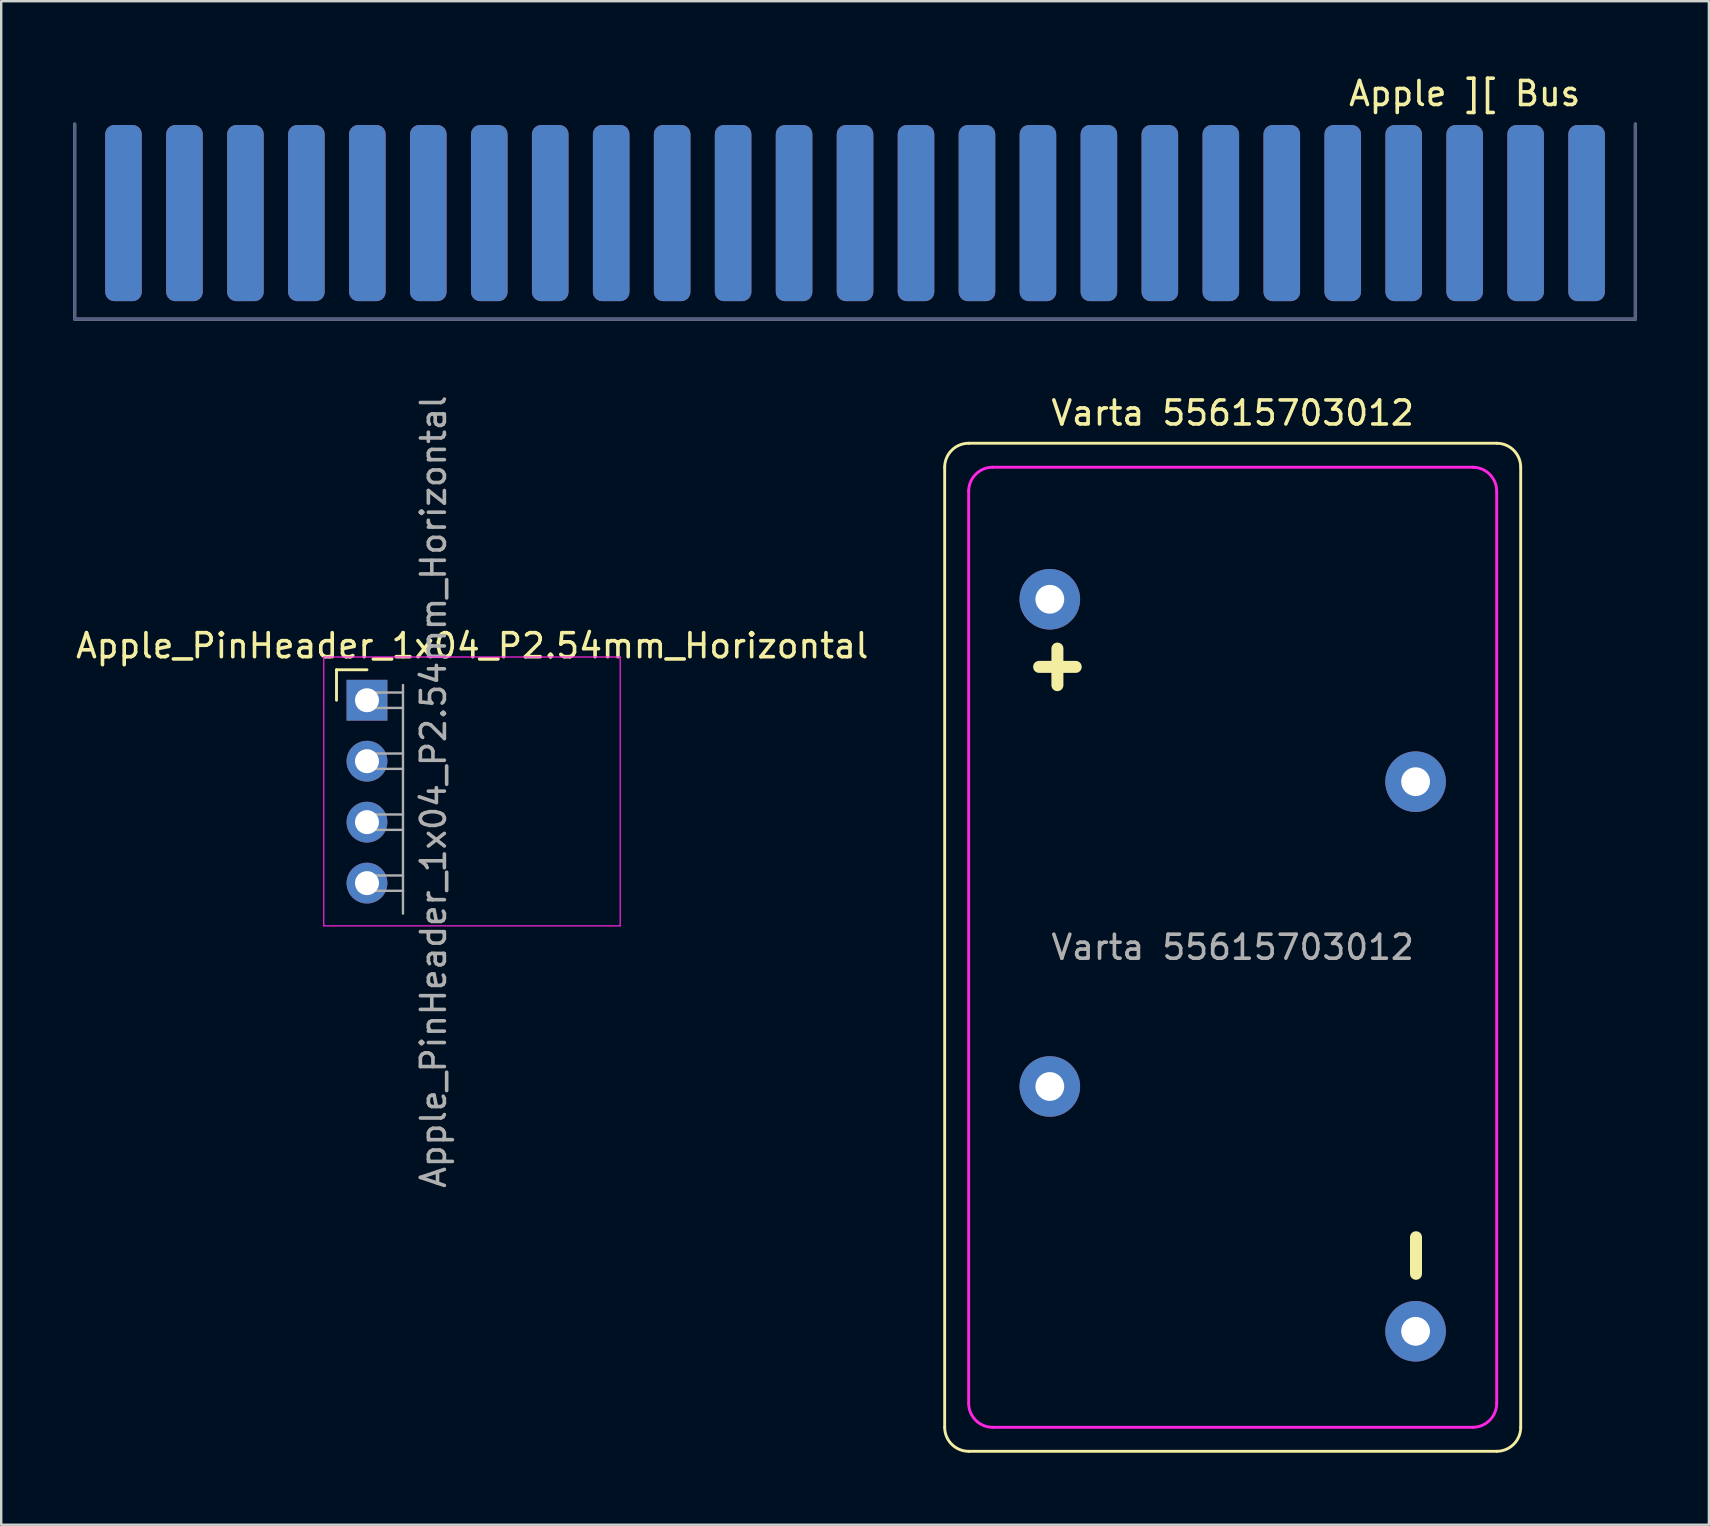
<source format=kicad_pcb>
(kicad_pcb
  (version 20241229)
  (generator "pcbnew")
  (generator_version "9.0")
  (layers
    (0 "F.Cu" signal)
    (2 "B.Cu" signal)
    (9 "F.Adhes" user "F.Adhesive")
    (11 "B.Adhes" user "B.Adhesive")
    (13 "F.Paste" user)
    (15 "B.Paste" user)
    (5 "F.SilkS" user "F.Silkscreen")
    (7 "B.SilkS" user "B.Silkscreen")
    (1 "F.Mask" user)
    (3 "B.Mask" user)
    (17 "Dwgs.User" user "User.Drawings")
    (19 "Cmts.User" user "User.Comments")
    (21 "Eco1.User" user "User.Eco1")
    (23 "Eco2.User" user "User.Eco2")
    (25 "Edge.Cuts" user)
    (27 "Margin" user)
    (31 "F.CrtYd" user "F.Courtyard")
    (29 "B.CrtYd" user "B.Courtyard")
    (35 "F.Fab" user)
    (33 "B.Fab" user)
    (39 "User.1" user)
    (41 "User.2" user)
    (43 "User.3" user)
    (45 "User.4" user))
  (footprint "Apple ][ Bus"
    (layer "F.Cu")
    (at 32.575 5.928)
    (property "Reference" "Apple ][ Bus" (at 25.4 -5.08 0) (layer "F.SilkS") (effects (font (size 1 1) (thickness 0.15))))
    (attr exclude_from_pos_files)
    (fp_line (start -32.512 4.318) (end -32.512 -3.81) (stroke (width 0.127) (type solid)) (layer "B.Fab"))
    (fp_line (start 32.512 -3.81) (end 32.512 4.318) (stroke (width 0.127) (type solid)) (layer "B.Fab"))
    (fp_line (start 32.512 4.318) (end -32.512 4.318) (stroke (width 0.127) (type solid)) (layer "B.Fab"))
    (fp_line (start -32.512 4.318) (end -32.512 -3.81) (stroke (width 0.127) (type solid)) (layer "F.Fab"))
    (fp_line (start 32.512 -3.81) (end 32.512 4.318) (stroke (width 0.127) (type solid)) (layer "F.Fab"))
    (fp_line (start 32.512 4.318) (end -32.512 4.318) (stroke (width 0.127) (type solid)) (layer "F.Fab"))
    (pad "1" smd roundrect (at -30.48 -0.1 180) (size 1.524 7.34) (layers "F.Cu" "F.Mask") (roundrect_rratio 0.25))
    (pad "2" smd roundrect (at -27.94 -0.1 180) (size 1.524 7.34) (layers "F.Cu" "F.Mask") (roundrect_rratio 0.25))
    (pad "3" smd roundrect (at -25.4 -0.1 180) (size 1.524 7.34) (layers "F.Cu" "F.Mask") (roundrect_rratio 0.25))
    (pad "4" smd roundrect (at -22.86 -0.1 180) (size 1.524 7.34) (layers "F.Cu" "F.Mask") (roundrect_rratio 0.25))
    (pad "5" smd roundrect (at -20.32 -0.1 180) (size 1.524 7.34) (layers "F.Cu" "F.Mask") (roundrect_rratio 0.25))
    (pad "6" smd roundrect (at -17.78 -0.1 180) (size 1.524 7.34) (layers "F.Cu" "F.Mask") (roundrect_rratio 0.25))
    (pad "7" smd roundrect (at -15.24 -0.1 180) (size 1.524 7.34) (layers "F.Cu" "F.Mask") (roundrect_rratio 0.25))
    (pad "8" smd roundrect (at -12.7 -0.1 180) (size 1.524 7.34) (layers "F.Cu" "F.Mask") (roundrect_rratio 0.25))
    (pad "9" smd roundrect (at -10.16 -0.1 180) (size 1.524 7.34) (layers "F.Cu" "F.Mask") (roundrect_rratio 0.25))
    (pad "10" smd roundrect (at -7.62 -0.1 180) (size 1.524 7.34) (layers "F.Cu" "F.Mask") (roundrect_rratio 0.25))
    (pad "11" smd roundrect (at -5.08 -0.1 180) (size 1.524 7.34) (layers "F.Cu" "F.Mask") (roundrect_rratio 0.25))
    (pad "12" smd roundrect (at -2.54 -0.1 180) (size 1.524 7.34) (layers "F.Cu" "F.Mask") (roundrect_rratio 0.25))
    (pad "13" smd roundrect (at 0 -0.1 180) (size 1.524 7.34) (layers "F.Cu" "F.Mask") (roundrect_rratio 0.25))
    (pad "14" smd roundrect (at 2.54 -0.1 180) (size 1.524 7.34) (layers "F.Cu" "F.Mask") (roundrect_rratio 0.25))
    (pad "15" smd roundrect (at 5.08 -0.1 180) (size 1.524 7.34) (layers "F.Cu" "F.Mask") (roundrect_rratio 0.25))
    (pad "16" smd roundrect (at 7.62 -0.1 180) (size 1.524 7.34) (layers "F.Cu" "F.Mask") (roundrect_rratio 0.25))
    (pad "17" smd roundrect (at 10.16 -0.1 180) (size 1.524 7.34) (layers "F.Cu" "F.Mask") (roundrect_rratio 0.25))
    (pad "18" smd roundrect (at 12.7 -0.1 180) (size 1.524 7.34) (layers "F.Cu" "F.Mask") (roundrect_rratio 0.25))
    (pad "19" smd roundrect (at 15.24 -0.1 180) (size 1.524 7.34) (layers "F.Cu" "F.Mask") (roundrect_rratio 0.25))
    (pad "20" smd roundrect (at 17.78 -0.1 180) (size 1.524 7.34) (layers "F.Cu" "F.Mask") (roundrect_rratio 0.25))
    (pad "21" smd roundrect (at 20.32 -0.1 180) (size 1.524 7.34) (layers "F.Cu" "F.Mask") (roundrect_rratio 0.25))
    (pad "22" smd roundrect (at 22.86 -0.1 180) (size 1.524 7.34) (layers "F.Cu" "F.Mask") (roundrect_rratio 0.25))
    (pad "23" smd roundrect (at 25.4 -0.1 180) (size 1.524 7.34) (layers "F.Cu" "F.Mask") (roundrect_rratio 0.25))
    (pad "24" smd roundrect (at 27.94 -0.1 180) (size 1.524 7.34) (layers "F.Cu" "F.Mask") (roundrect_rratio 0.25))
    (pad "25" smd roundrect (at 30.48 -0.1 180) (size 1.524 7.34) (layers "F.Cu" "F.Mask") (roundrect_rratio 0.25))
    (pad "26" smd roundrect (at 30.48 -0.1 180) (size 1.524 7.34) (layers "B.Cu" "B.Mask") (roundrect_rratio 0.25))
    (pad "27" smd roundrect (at 27.94 -0.1 180) (size 1.524 7.34) (layers "B.Cu" "B.Mask") (roundrect_rratio 0.25))
    (pad "28" smd roundrect (at 25.4 -0.1 180) (size 1.524 7.34) (layers "B.Cu" "B.Mask") (roundrect_rratio 0.25))
    (pad "29" smd roundrect (at 22.86 -0.1 180) (size 1.524 7.34) (layers "B.Cu" "B.Mask") (roundrect_rratio 0.25))
    (pad "30" smd roundrect (at 20.32 -0.1 180) (size 1.524 7.34) (layers "B.Cu" "B.Mask") (roundrect_rratio 0.25))
    (pad "31" smd roundrect (at 17.78 -0.1 180) (size 1.524 7.34) (layers "B.Cu" "B.Mask") (roundrect_rratio 0.25))
    (pad "32" smd roundrect (at 15.24 -0.1 180) (size 1.524 7.34) (layers "B.Cu" "B.Mask") (roundrect_rratio 0.25))
    (pad "33" smd roundrect (at 12.7 -0.1 180) (size 1.524 7.34) (layers "B.Cu" "B.Mask") (roundrect_rratio 0.25))
    (pad "34" smd roundrect (at 10.16 -0.1 180) (size 1.524 7.34) (layers "B.Cu" "B.Mask") (roundrect_rratio 0.25))
    (pad "35" smd roundrect (at 7.62 -0.1 180) (size 1.524 7.34) (layers "B.Cu" "B.Mask") (roundrect_rratio 0.25))
    (pad "36" smd roundrect (at 5.08 -0.1 180) (size 1.524 7.34) (layers "B.Cu" "B.Mask") (roundrect_rratio 0.25))
    (pad "37" smd roundrect (at 2.54 -0.1 180) (size 1.524 7.34) (layers "B.Cu" "B.Mask") (roundrect_rratio 0.25))
    (pad "38" smd roundrect (at 0 -0.1 180) (size 1.524 7.34) (layers "B.Cu" "B.Mask") (roundrect_rratio 0.25))
    (pad "39" smd roundrect (at -2.54 -0.1 180) (size 1.524 7.34) (layers "B.Cu" "B.Mask") (roundrect_rratio 0.25))
    (pad "40" smd roundrect (at -5.08 -0.1 180) (size 1.524 7.34) (layers "B.Cu" "B.Mask") (roundrect_rratio 0.25))
    (pad "41" smd roundrect (at -7.62 -0.1 180) (size 1.524 7.34) (layers "B.Cu" "B.Mask") (roundrect_rratio 0.25))
    (pad "42" smd roundrect (at -10.16 -0.1 180) (size 1.524 7.34) (layers "B.Cu" "B.Mask") (roundrect_rratio 0.25))
    (pad "43" smd roundrect (at -12.7 -0.1 180) (size 1.524 7.34) (layers "B.Cu" "B.Mask") (roundrect_rratio 0.25))
    (pad "44" smd roundrect (at -15.24 -0.1 180) (size 1.524 7.34) (layers "B.Cu" "B.Mask") (roundrect_rratio 0.25))
    (pad "45" smd roundrect (at -17.78 -0.1 180) (size 1.524 7.34) (layers "B.Cu" "B.Mask") (roundrect_rratio 0.25))
    (pad "46" smd roundrect (at -20.32 -0.1 180) (size 1.524 7.34) (layers "B.Cu" "B.Mask") (roundrect_rratio 0.25))
    (pad "47" smd roundrect (at -22.86 -0.1 180) (size 1.524 7.34) (layers "B.Cu" "B.Mask") (roundrect_rratio 0.25))
    (pad "48" smd roundrect (at -25.4 -0.1 180) (size 1.524 7.34) (layers "B.Cu" "B.Mask") (roundrect_rratio 0.25))
    (pad "49" smd roundrect (at -27.94 -0.1 180) (size 1.524 7.34) (layers "B.Cu" "B.Mask") (roundrect_rratio 0.25))
    (pad "50" smd roundrect (at -30.48 -0.1 180) (size 1.524 7.34) (layers "B.Cu" "B.Mask") (roundrect_rratio 0.25)))
  (footprint "Apple_PinHeader_1x04_P2.54mm_Horizontal"
    (layer "F.Cu")
    (at 12.24 26.125)
    (property "Reference" "Apple_PinHeader_1x04_P2.54mm_Horizontal" (at 4.385 -2.27 0) (layer "F.SilkS") (effects (font (size 1 1) (thickness 0.15))))
    (attr through_hole)
    (fp_line (start -1.27 -1.27) (end 0 -1.27) (stroke (width 0.12) (type solid)) (layer "F.SilkS"))
    (fp_line (start -1.27 0) (end -1.27 -1.27) (stroke (width 0.12) (type solid)) (layer "F.SilkS"))
    (fp_line (start -1.8 -1.8) (end -1.8 9.4) (stroke (width 0.05) (type solid)) (layer "F.CrtYd"))
    (fp_line (start -1.8 9.4) (end 10.55 9.4) (stroke (width 0.05) (type solid)) (layer "F.CrtYd"))
    (fp_line (start 10.55 -1.8) (end -1.8 -1.8) (stroke (width 0.05) (type solid)) (layer "F.CrtYd"))
    (fp_line (start 10.55 9.4) (end 10.55 -1.8) (stroke (width 0.05) (type solid)) (layer "F.CrtYd"))
    (fp_line (start -0.32 -0.32) (end -0.32 0.32) (stroke (width 0.1) (type solid)) (layer "F.Fab"))
    (fp_line (start -0.32 -0.32) (end 1.5 -0.32) (stroke (width 0.1) (type solid)) (layer "F.Fab"))
    (fp_line (start -0.32 0.32) (end 1.5 0.32) (stroke (width 0.1) (type solid)) (layer "F.Fab"))
    (fp_line (start -0.32 2.22) (end -0.32 2.86) (stroke (width 0.1) (type solid)) (layer "F.Fab"))
    (fp_line (start -0.32 2.22) (end 1.5 2.22) (stroke (width 0.1) (type solid)) (layer "F.Fab"))
    (fp_line (start -0.32 2.86) (end 1.5 2.86) (stroke (width 0.1) (type solid)) (layer "F.Fab"))
    (fp_line (start -0.32 4.76) (end -0.32 5.4) (stroke (width 0.1) (type solid)) (layer "F.Fab"))
    (fp_line (start -0.32 4.76) (end 1.5 4.76) (stroke (width 0.1) (type solid)) (layer "F.Fab"))
    (fp_line (start -0.32 5.4) (end 1.5 5.4) (stroke (width 0.1) (type solid)) (layer "F.Fab"))
    (fp_line (start -0.32 7.3) (end -0.32 7.94) (stroke (width 0.1) (type solid)) (layer "F.Fab"))
    (fp_line (start -0.32 7.3) (end 1.5 7.3) (stroke (width 0.1) (type solid)) (layer "F.Fab"))
    (fp_line (start -0.32 7.94) (end 1.5 7.94) (stroke (width 0.1) (type solid)) (layer "F.Fab"))
    (fp_line (start 1.5 8.89) (end 1.5 -0.635) (stroke (width 0.1) (type solid)) (layer "F.Fab"))
    (fp_text user "${REFERENCE}" (at 2.77 3.81 90) (layer "F.Fab") (effects (font (size 1 1) (thickness 0.15))))
    (pad "1" thru_hole rect (at 0 0) (size 1.7 1.7) (drill 1) (layers "*.Cu" "*.Mask"))
    (pad "2" thru_hole oval (at 0 2.54) (size 1.7 1.7) (drill 1) (layers "*.Cu" "*.Mask"))
    (pad "3" thru_hole oval (at 0 5.08) (size 1.7 1.7) (drill 1) (layers "*.Cu" "*.Mask"))
    (pad "4" thru_hole oval (at 0 7.62) (size 1.7 1.7) (drill 1) (layers "*.Cu" "*.Mask")))
  (footprint "Varta 55615703012"
    (layer "F.Cu")
    (at 48.31 36.418)
    (property "Reference" "Varta 55615703012" (at 0 -22.26 0) (unlocked yes) (layer "F.SilkS") (effects (font (size 1 1) (thickness 0.15))))
    (attr through_hole)
    (fp_line (start -12 20) (end -12 -20) (stroke (width 0.12) (type default)) (layer "F.SilkS"))
    (fp_line (start -11 -21) (end 11 -21) (stroke (width 0.12) (type default)) (layer "F.SilkS"))
    (fp_line (start 11 21) (end -11 21) (stroke (width 0.12) (type default)) (layer "F.SilkS"))
    (fp_line (start 12 -20) (end 12 20) (stroke (width 0.12) (type default)) (layer "F.SilkS"))
    (fp_arc (start -12 -20) (mid -11.707107 -20.707107) (end -11 -21) (stroke (width 0.12) (type default)) (layer "F.SilkS"))
    (fp_arc (start -11 21) (mid -11.707107 20.707107) (end -12 20) (stroke (width 0.12) (type default)) (layer "F.SilkS"))
    (fp_arc (start 11 -21) (mid 11.707107 -20.707107) (end 12 -20) (stroke (width 0.12) (type default)) (layer "F.SilkS"))
    (fp_arc (start 11.999999 19.999999) (mid 11.707106 20.707106) (end 10.999999 20.999999) (stroke (width 0.12) (type default)) (layer "F.SilkS"))
    (fp_line (start -11 19) (end -11 -19) (stroke (width 0.12) (type default)) (layer "F.CrtYd"))
    (fp_line (start -10 -20) (end 10 -20) (stroke (width 0.12) (type default)) (layer "F.CrtYd"))
    (fp_line (start 10 20) (end -10 20) (stroke (width 0.12) (type default)) (layer "F.CrtYd"))
    (fp_line (start 11 -19) (end 11 19) (stroke (width 0.12) (type default)) (layer "F.CrtYd"))
    (fp_arc (start -11 -19) (mid -10.707107 -19.707106) (end -10 -20) (stroke (width 0.12) (type default)) (layer "F.CrtYd"))
    (fp_arc (start -9.999999 19.999999) (mid -10.707105 19.707106) (end -10.999999 18.999999) (stroke (width 0.12) (type default)) (layer "F.CrtYd"))
    (fp_arc (start 10 -20) (mid 10.707106 -19.707107) (end 11 -19) (stroke (width 0.12) (type default)) (layer "F.CrtYd"))
    (fp_arc (start 11 19) (mid 10.707107 19.707106) (end 10 20) (stroke (width 0.12) (type default)) (layer "F.CrtYd"))
    (fp_text user "-" (at 8.67 14.41 90) (unlocked yes) (layer "F.SilkS") (effects (font (size 2 2) (thickness 0.5)) (justify left bottom)))
    (fp_text user "+" (at -8.87 -10.65 0) (unlocked yes) (layer "F.SilkS") (effects (font (size 2 2) (thickness 0.5)) (justify left bottom)))
    (fp_text user "${REFERENCE}" (at 0 0 0) (unlocked yes) (layer "F.Fab") (effects (font (size 1 1) (thickness 0.15))))
    (pad "1" thru_hole circle (at -7.62 -14.5) (size 2.524 2.524) (drill 1.2) (layers "*.Cu" "*.Mask"))
    (pad "2" thru_hole circle (at 7.62 16) (size 2.524 2.524) (drill 1.2) (layers "*.Cu" "*.Mask"))
    (pad "NC" thru_hole circle (at -7.62 5.8) (size 2.524 2.524) (drill 1.2) (layers "*.Cu" "*.Mask"))
    (pad "NC" thru_hole circle (at 7.62 -6.9) (size 2.524 2.524) (drill 1.2) (layers "*.Cu" "*.Mask")))
  (gr_rect
    (start -3 -3)
    (end 68.151 60.478)
    (stroke (width 0.1) (type default))
    (fill no)
    (layer "Edge.Cuts")))
</source>
